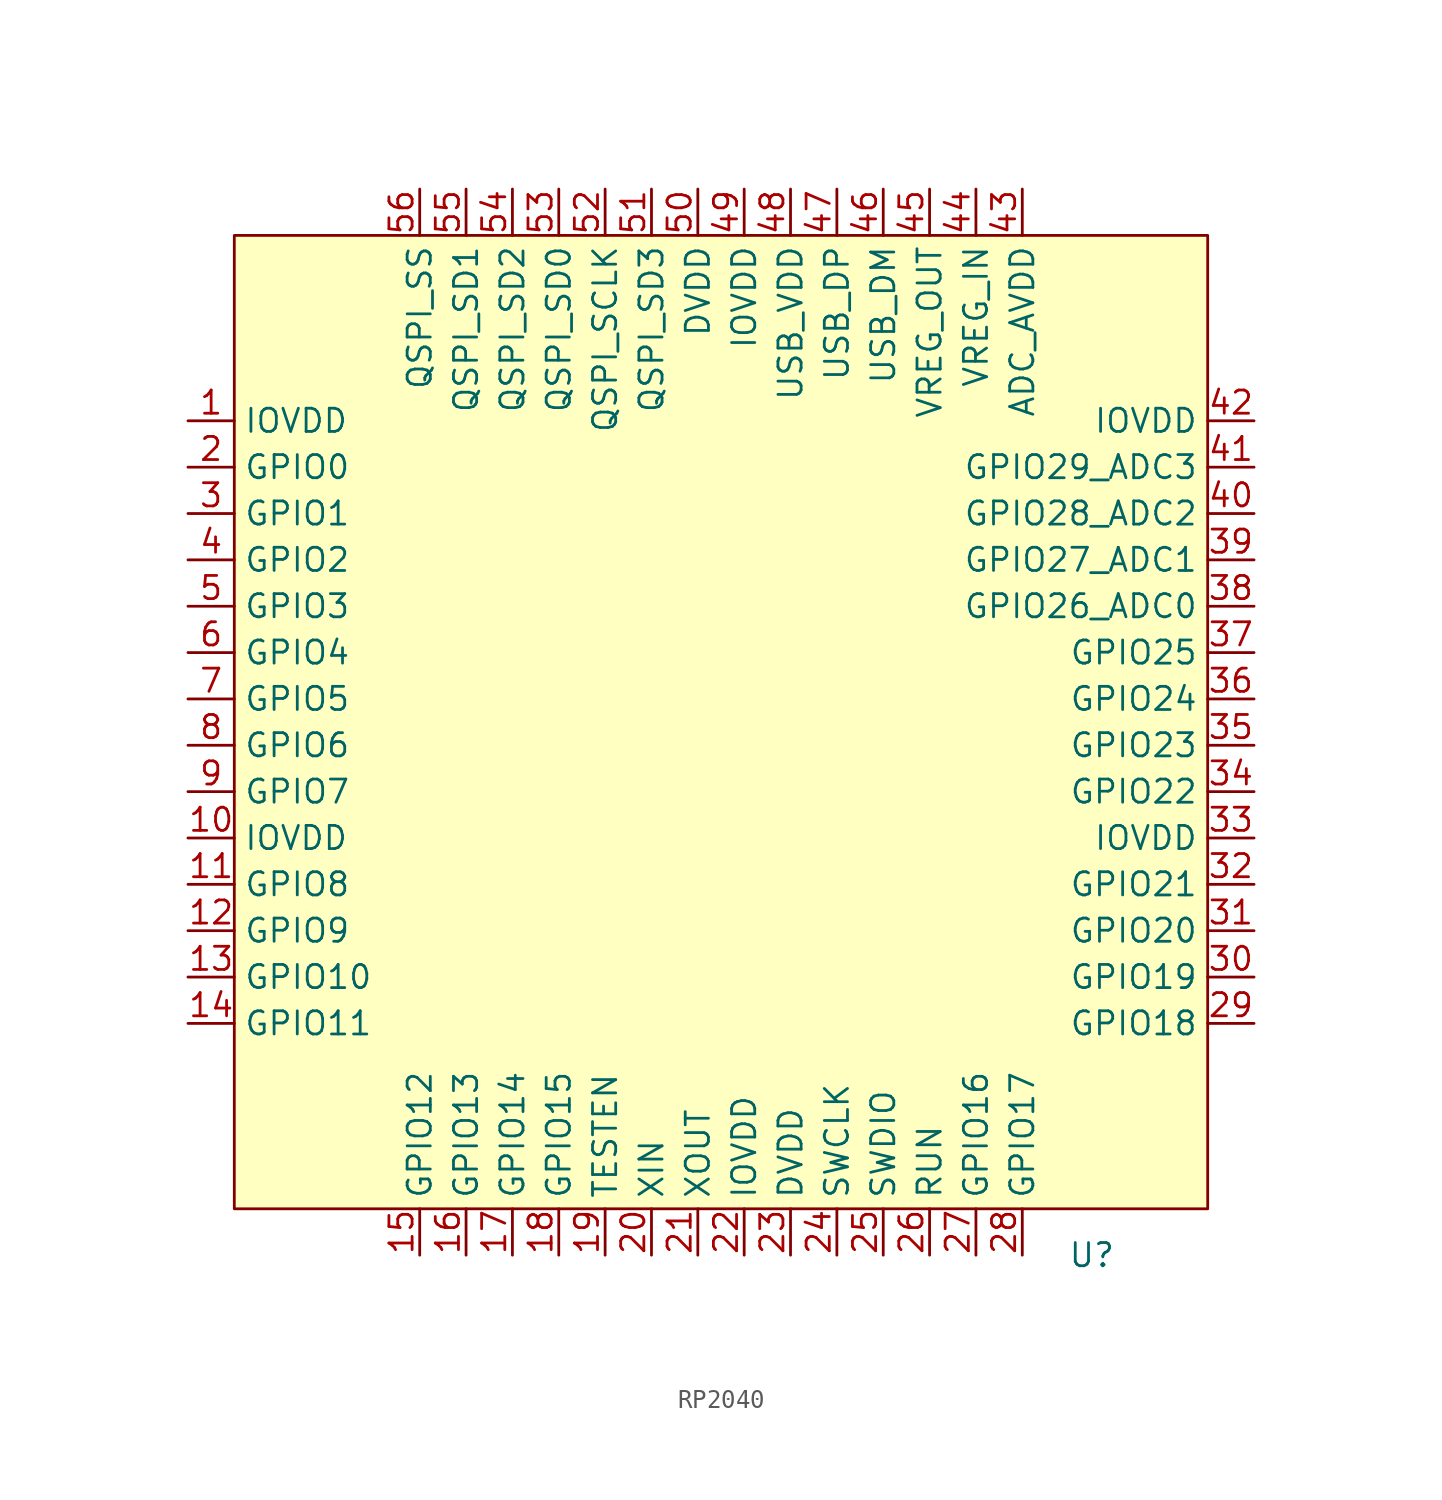
<source format=kicad_sym>
(kicad_symbol_lib
  (version 20220914)
  (generator kicad_symbol_editor)
  (symbol "RP2040"
    (property "Reference" "U"
      (at 46.99 -55.88 0)
      (effects (font (size 1.27 1.27))))
    (property "Value" ""
      (at 0 -7.62 0)
      (effects (font (size 1.27 1.27))))
    (symbol "RP2040_0_1"
      (rectangle (start 0 0) (end 53.34 -53.34) (stroke (width 0) (type default)) (fill (type background))))
    (symbol "RP2040_1_1"
      (pin power_in line (at -2.54 -10.16 0) (length 2.54) (name "IOVDD" (effects (font (size 1.27 1.27)))) (number "1" (effects (font (size 1.27 1.27)))))
      (pin power_in line (at -2.54 -33.02 0) (length 2.54) (name "IOVDD" (effects (font (size 1.27 1.27)))) (number "10" (effects (font (size 1.27 1.27)))))
      (pin bidirectional line (at -2.54 -35.56 0) (length 2.54) (name "GPIO8" (effects (font (size 1.27 1.27)))) (number "11" (effects (font (size 1.27 1.27)))))
      (pin bidirectional line (at -2.54 -38.1 0) (length 2.54) (name "GPIO9" (effects (font (size 1.27 1.27)))) (number "12" (effects (font (size 1.27 1.27)))))
      (pin bidirectional line (at -2.54 -40.64 0) (length 2.54) (name "GPIO10" (effects (font (size 1.27 1.27)))) (number "13" (effects (font (size 1.27 1.27)))))
      (pin bidirectional line (at -2.54 -43.18 0) (length 2.54) (name "GPIO11" (effects (font (size 1.27 1.27)))) (number "14" (effects (font (size 1.27 1.27)))))
      (pin bidirectional line (at 10.16 -55.88 90) (length 2.54) (name "GPIO12" (effects (font (size 1.27 1.27)))) (number "15" (effects (font (size 1.27 1.27)))))
      (pin bidirectional line (at 12.7 -55.88 90) (length 2.54) (name "GPIO13" (effects (font (size 1.27 1.27)))) (number "16" (effects (font (size 1.27 1.27)))))
      (pin bidirectional line (at 15.24 -55.88 90) (length 2.54) (name "GPIO14" (effects (font (size 1.27 1.27)))) (number "17" (effects (font (size 1.27 1.27)))))
      (pin bidirectional line (at 17.78 -55.88 90) (length 2.54) (name "GPIO15" (effects (font (size 1.27 1.27)))) (number "18" (effects (font (size 1.27 1.27)))))
      (pin bidirectional line (at 20.32 -55.88 90) (length 2.54) (name "TESTEN" (effects (font (size 1.27 1.27)))) (number "19" (effects (font (size 1.27 1.27)))))
      (pin bidirectional line (at -2.54 -12.7 0) (length 2.54) (name "GPIO0" (effects (font (size 1.27 1.27)))) (number "2" (effects (font (size 1.27 1.27)))))
      (pin input line (at 22.86 -55.88 90) (length 2.54) (name "XIN" (effects (font (size 1.27 1.27)))) (number "20" (effects (font (size 1.27 1.27)))))
      (pin output line (at 25.4 -55.88 90) (length 2.54) (name "XOUT" (effects (font (size 1.27 1.27)))) (number "21" (effects (font (size 1.27 1.27)))))
      (pin power_in line (at 27.94 -55.88 90) (length 2.54) (name "IOVDD" (effects (font (size 1.27 1.27)))) (number "22" (effects (font (size 1.27 1.27)))))
      (pin power_in line (at 30.48 -55.88 90) (length 2.54) (name "DVDD" (effects (font (size 1.27 1.27)))) (number "23" (effects (font (size 1.27 1.27)))))
      (pin bidirectional line (at 33.02 -55.88 90) (length 2.54) (name "SWCLK" (effects (font (size 1.27 1.27)))) (number "24" (effects (font (size 1.27 1.27)))))
      (pin bidirectional line (at 35.56 -55.88 90) (length 2.54) (name "SWDIO" (effects (font (size 1.27 1.27)))) (number "25" (effects (font (size 1.27 1.27)))))
      (pin input line (at 38.1 -55.88 90) (length 2.54) (name "RUN" (effects (font (size 1.27 1.27)))) (number "26" (effects (font (size 1.27 1.27)))))
      (pin bidirectional line (at 40.64 -55.88 90) (length 2.54) (name "GPIO16" (effects (font (size 1.27 1.27)))) (number "27" (effects (font (size 1.27 1.27)))))
      (pin bidirectional line (at 43.18 -55.88 90) (length 2.54) (name "GPIO17" (effects (font (size 1.27 1.27)))) (number "28" (effects (font (size 1.27 1.27)))))
      (pin bidirectional line (at 55.88 -43.18 180) (length 2.54) (name "GPIO18" (effects (font (size 1.27 1.27)))) (number "29" (effects (font (size 1.27 1.27)))))
      (pin bidirectional line (at -2.54 -15.24 0) (length 2.54) (name "GPIO1" (effects (font (size 1.27 1.27)))) (number "3" (effects (font (size 1.27 1.27)))))
      (pin bidirectional line (at 55.88 -40.64 180) (length 2.54) (name "GPIO19" (effects (font (size 1.27 1.27)))) (number "30" (effects (font (size 1.27 1.27)))))
      (pin bidirectional line (at 55.88 -38.1 180) (length 2.54) (name "GPIO20" (effects (font (size 1.27 1.27)))) (number "31" (effects (font (size 1.27 1.27)))))
      (pin bidirectional line (at 55.88 -35.56 180) (length 2.54) (name "GPIO21" (effects (font (size 1.27 1.27)))) (number "32" (effects (font (size 1.27 1.27)))))
      (pin power_in line (at 55.88 -33.02 180) (length 2.54) (name "IOVDD" (effects (font (size 1.27 1.27)))) (number "33" (effects (font (size 1.27 1.27)))))
      (pin bidirectional line (at 55.88 -30.48 180) (length 2.54) (name "GPIO22" (effects (font (size 1.27 1.27)))) (number "34" (effects (font (size 1.27 1.27)))))
      (pin bidirectional line (at 55.88 -27.94 180) (length 2.54) (name "GPIO23" (effects (font (size 1.27 1.27)))) (number "35" (effects (font (size 1.27 1.27)))))
      (pin bidirectional line (at 55.88 -25.4 180) (length 2.54) (name "GPIO24" (effects (font (size 1.27 1.27)))) (number "36" (effects (font (size 1.27 1.27)))))
      (pin bidirectional line (at 55.88 -22.86 180) (length 2.54) (name "GPIO25" (effects (font (size 1.27 1.27)))) (number "37" (effects (font (size 1.27 1.27)))))
      (pin bidirectional line (at 55.88 -20.32 180) (length 2.54) (name "GPIO26_ADC0" (effects (font (size 1.27 1.27)))) (number "38" (effects (font (size 1.27 1.27)))))
      (pin bidirectional line (at 55.88 -17.78 180) (length 2.54) (name "GPIO27_ADC1" (effects (font (size 1.27 1.27)))) (number "39" (effects (font (size 1.27 1.27)))))
      (pin bidirectional line (at -2.54 -17.78 0) (length 2.54) (name "GPIO2" (effects (font (size 1.27 1.27)))) (number "4" (effects (font (size 1.27 1.27)))))
      (pin bidirectional line (at 55.88 -15.24 180) (length 2.54) (name "GPIO28_ADC2" (effects (font (size 1.27 1.27)))) (number "40" (effects (font (size 1.27 1.27)))))
      (pin bidirectional line (at 55.88 -12.7 180) (length 2.54) (name "GPIO29_ADC3" (effects (font (size 1.27 1.27)))) (number "41" (effects (font (size 1.27 1.27)))))
      (pin power_in line (at 55.88 -10.16 180) (length 2.54) (name "IOVDD" (effects (font (size 1.27 1.27)))) (number "42" (effects (font (size 1.27 1.27)))))
      (pin power_in line (at 43.18 2.54 270) (length 2.54) (name "ADC_AVDD" (effects (font (size 1.27 1.27)))) (number "43" (effects (font (size 1.27 1.27)))))
      (pin power_in line (at 40.64 2.54 270) (length 2.54) (name "VREG_IN" (effects (font (size 1.27 1.27)))) (number "44" (effects (font (size 1.27 1.27)))))
      (pin power_in line (at 38.1 2.54 270) (length 2.54) (name "VREG_OUT" (effects (font (size 1.27 1.27)))) (number "45" (effects (font (size 1.27 1.27)))))
      (pin bidirectional line (at 35.56 2.54 270) (length 2.54) (name "USB_DM" (effects (font (size 1.27 1.27)))) (number "46" (effects (font (size 1.27 1.27)))))
      (pin bidirectional line (at 33.02 2.54 270) (length 2.54) (name "USB_DP" (effects (font (size 1.27 1.27)))) (number "47" (effects (font (size 1.27 1.27)))))
      (pin power_in line (at 30.48 2.54 270) (length 2.54) (name "USB_VDD" (effects (font (size 1.27 1.27)))) (number "48" (effects (font (size 1.27 1.27)))))
      (pin power_in line (at 27.94 2.54 270) (length 2.54) (name "IOVDD" (effects (font (size 1.27 1.27)))) (number "49" (effects (font (size 1.27 1.27)))))
      (pin bidirectional line (at -2.54 -20.32 0) (length 2.54) (name "GPIO3" (effects (font (size 1.27 1.27)))) (number "5" (effects (font (size 1.27 1.27)))))
      (pin power_in line (at 25.4 2.54 270) (length 2.54) (name "DVDD" (effects (font (size 1.27 1.27)))) (number "50" (effects (font (size 1.27 1.27)))))
      (pin bidirectional line (at 22.86 2.54 270) (length 2.54) (name "QSPI_SD3" (effects (font (size 1.27 1.27)))) (number "51" (effects (font (size 1.27 1.27)))))
      (pin bidirectional line (at 20.32 2.54 270) (length 2.54) (name "QSPI_SCLK" (effects (font (size 1.27 1.27)))) (number "52" (effects (font (size 1.27 1.27)))))
      (pin bidirectional line (at 17.78 2.54 270) (length 2.54) (name "QSPI_SD0" (effects (font (size 1.27 1.27)))) (number "53" (effects (font (size 1.27 1.27)))))
      (pin bidirectional line (at 15.24 2.54 270) (length 2.54) (name "QSPI_SD2" (effects (font (size 1.27 1.27)))) (number "54" (effects (font (size 1.27 1.27)))))
      (pin bidirectional line (at 12.7 2.54 270) (length 2.54) (name "QSPI_SD1" (effects (font (size 1.27 1.27)))) (number "55" (effects (font (size 1.27 1.27)))))
      (pin bidirectional line (at 10.16 2.54 270) (length 2.54) (name "QSPI_SS" (effects (font (size 1.27 1.27)))) (number "56" (effects (font (size 1.27 1.27)))))
      (pin bidirectional line (at -2.54 -22.86 0) (length 2.54) (name "GPIO4" (effects (font (size 1.27 1.27)))) (number "6" (effects (font (size 1.27 1.27)))))
      (pin bidirectional line (at -2.54 -25.4 0) (length 2.54) (name "GPIO5" (effects (font (size 1.27 1.27)))) (number "7" (effects (font (size 1.27 1.27)))))
      (pin bidirectional line (at -2.54 -27.94 0) (length 2.54) (name "GPIO6" (effects (font (size 1.27 1.27)))) (number "8" (effects (font (size 1.27 1.27)))))
      (pin bidirectional line (at -2.54 -30.48 0) (length 2.54) (name "GPIO7" (effects (font (size 1.27 1.27)))) (number "9" (effects (font (size 1.27 1.27))))))))
</source>
